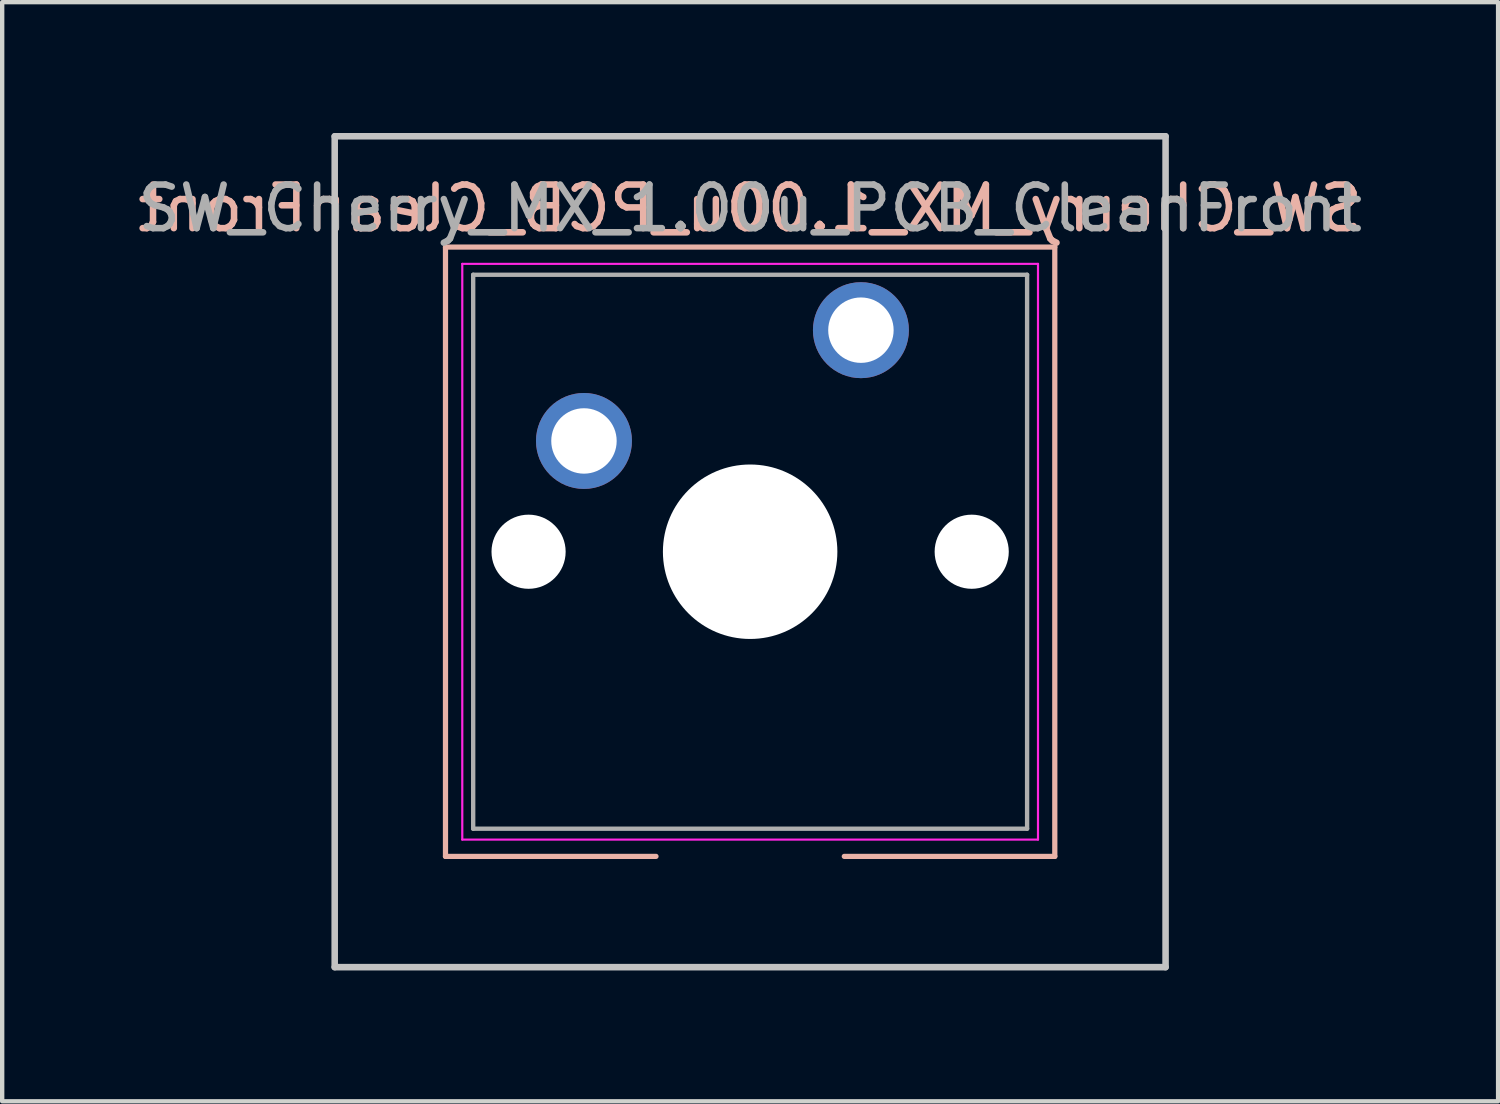
<source format=kicad_pcb>
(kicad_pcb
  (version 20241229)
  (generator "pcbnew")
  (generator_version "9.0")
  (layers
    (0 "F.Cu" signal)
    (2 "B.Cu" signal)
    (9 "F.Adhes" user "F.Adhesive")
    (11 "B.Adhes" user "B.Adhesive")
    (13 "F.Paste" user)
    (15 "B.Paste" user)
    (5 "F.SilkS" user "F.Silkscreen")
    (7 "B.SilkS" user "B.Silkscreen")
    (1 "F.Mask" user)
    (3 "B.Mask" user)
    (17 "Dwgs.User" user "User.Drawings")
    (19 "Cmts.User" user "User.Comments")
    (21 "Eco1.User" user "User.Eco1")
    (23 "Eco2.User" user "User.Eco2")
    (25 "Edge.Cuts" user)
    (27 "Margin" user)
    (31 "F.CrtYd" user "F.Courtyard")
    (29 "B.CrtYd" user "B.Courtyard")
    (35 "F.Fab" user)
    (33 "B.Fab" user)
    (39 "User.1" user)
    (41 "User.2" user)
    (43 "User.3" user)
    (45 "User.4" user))
  (footprint "SW_Cherry_MX_1.00u_PCB_CleanFront"
    (layer "F.Cu")
    (at 16.689 4.52)
    (property "Reference" "SW_Cherry_MX_1.00u_PCB_CleanFront" (at -2.54 -2.794 0) (layer "B.SilkS") (effects (font (size 1 1) (thickness 0.15)) (justify mirror)))
    (attr through_hole)
    (fp_line (start -9.525 -1.905) (end 4.445 -1.905) (stroke (width 0.12) (type solid)) (layer "B.SilkS"))
    (fp_line (start -9.525 12.065) (end -9.525 -1.905) (stroke (width 0.12) (type solid)) (layer "B.SilkS"))
    (fp_line (start -4.699 12.065) (end -9.525 12.065) (stroke (width 0.12) (type solid)) (layer "B.SilkS"))
    (fp_line (start 4.445 -1.905) (end 4.445 12.065) (stroke (width 0.12) (type solid)) (layer "B.SilkS"))
    (fp_line (start 4.445 12.065) (end -0.381 12.065) (stroke (width 0.12) (type solid)) (layer "B.SilkS"))
    (fp_line (start -12.065 -4.445) (end 6.985 -4.445) (stroke (width 0.15) (type solid)) (layer "Dwgs.User"))
    (fp_line (start -12.065 14.605) (end -12.065 -4.445) (stroke (width 0.15) (type solid)) (layer "Dwgs.User"))
    (fp_line (start 6.985 -4.445) (end 6.985 14.605) (stroke (width 0.15) (type solid)) (layer "Dwgs.User"))
    (fp_line (start 6.985 14.605) (end -12.065 14.605) (stroke (width 0.15) (type solid)) (layer "Dwgs.User"))
    (fp_line (start -9.14 -1.52) (end 4.06 -1.52) (stroke (width 0.05) (type solid)) (layer "F.CrtYd"))
    (fp_line (start -9.14 11.68) (end -9.14 -1.52) (stroke (width 0.05) (type solid)) (layer "F.CrtYd"))
    (fp_line (start 4.06 -1.52) (end 4.06 11.68) (stroke (width 0.05) (type solid)) (layer "F.CrtYd"))
    (fp_line (start 4.06 11.68) (end -9.14 11.68) (stroke (width 0.05) (type solid)) (layer "F.CrtYd"))
    (fp_line (start -8.89 -1.27) (end 3.81 -1.27) (stroke (width 0.1) (type solid)) (layer "F.Fab"))
    (fp_line (start -8.89 11.43) (end -8.89 -1.27) (stroke (width 0.1) (type solid)) (layer "F.Fab"))
    (fp_line (start 3.81 -1.27) (end 3.81 11.43) (stroke (width 0.1) (type solid)) (layer "F.Fab"))
    (fp_line (start 3.81 11.43) (end -8.89 11.43) (stroke (width 0.1) (type solid)) (layer "F.Fab"))
    (fp_text user "${REFERENCE}" (at -2.54 -2.794 0) (layer "F.Fab") (effects (font (size 1 1) (thickness 0.15))))
    (pad "" np_thru_hole circle (at -7.62 5.08) (size 1.7 1.7) (drill 1.7) (layers "*.Cu" "*.Mask"))
    (pad "" np_thru_hole circle (at -2.54 5.08) (size 4 4) (drill 4) (layers "*.Cu" "*.Mask"))
    (pad "" np_thru_hole circle (at 2.54 5.08) (size 1.7 1.7) (drill 1.7) (layers "*.Cu" "*.Mask"))
    (pad "1" thru_hole circle (at 0 0) (size 2.2 2.2) (drill 1.5) (layers "*.Cu" "*.Mask"))
    (pad "2" thru_hole circle (at -6.35 2.54) (size 2.2 2.2) (drill 1.5) (layers "*.Cu" "*.Mask")))
  (gr_rect
    (start -3 -3)
    (end 31.298 22.2)
    (stroke (width 0.1) (type default))
    (fill no)
    (layer "Edge.Cuts")))
</source>
